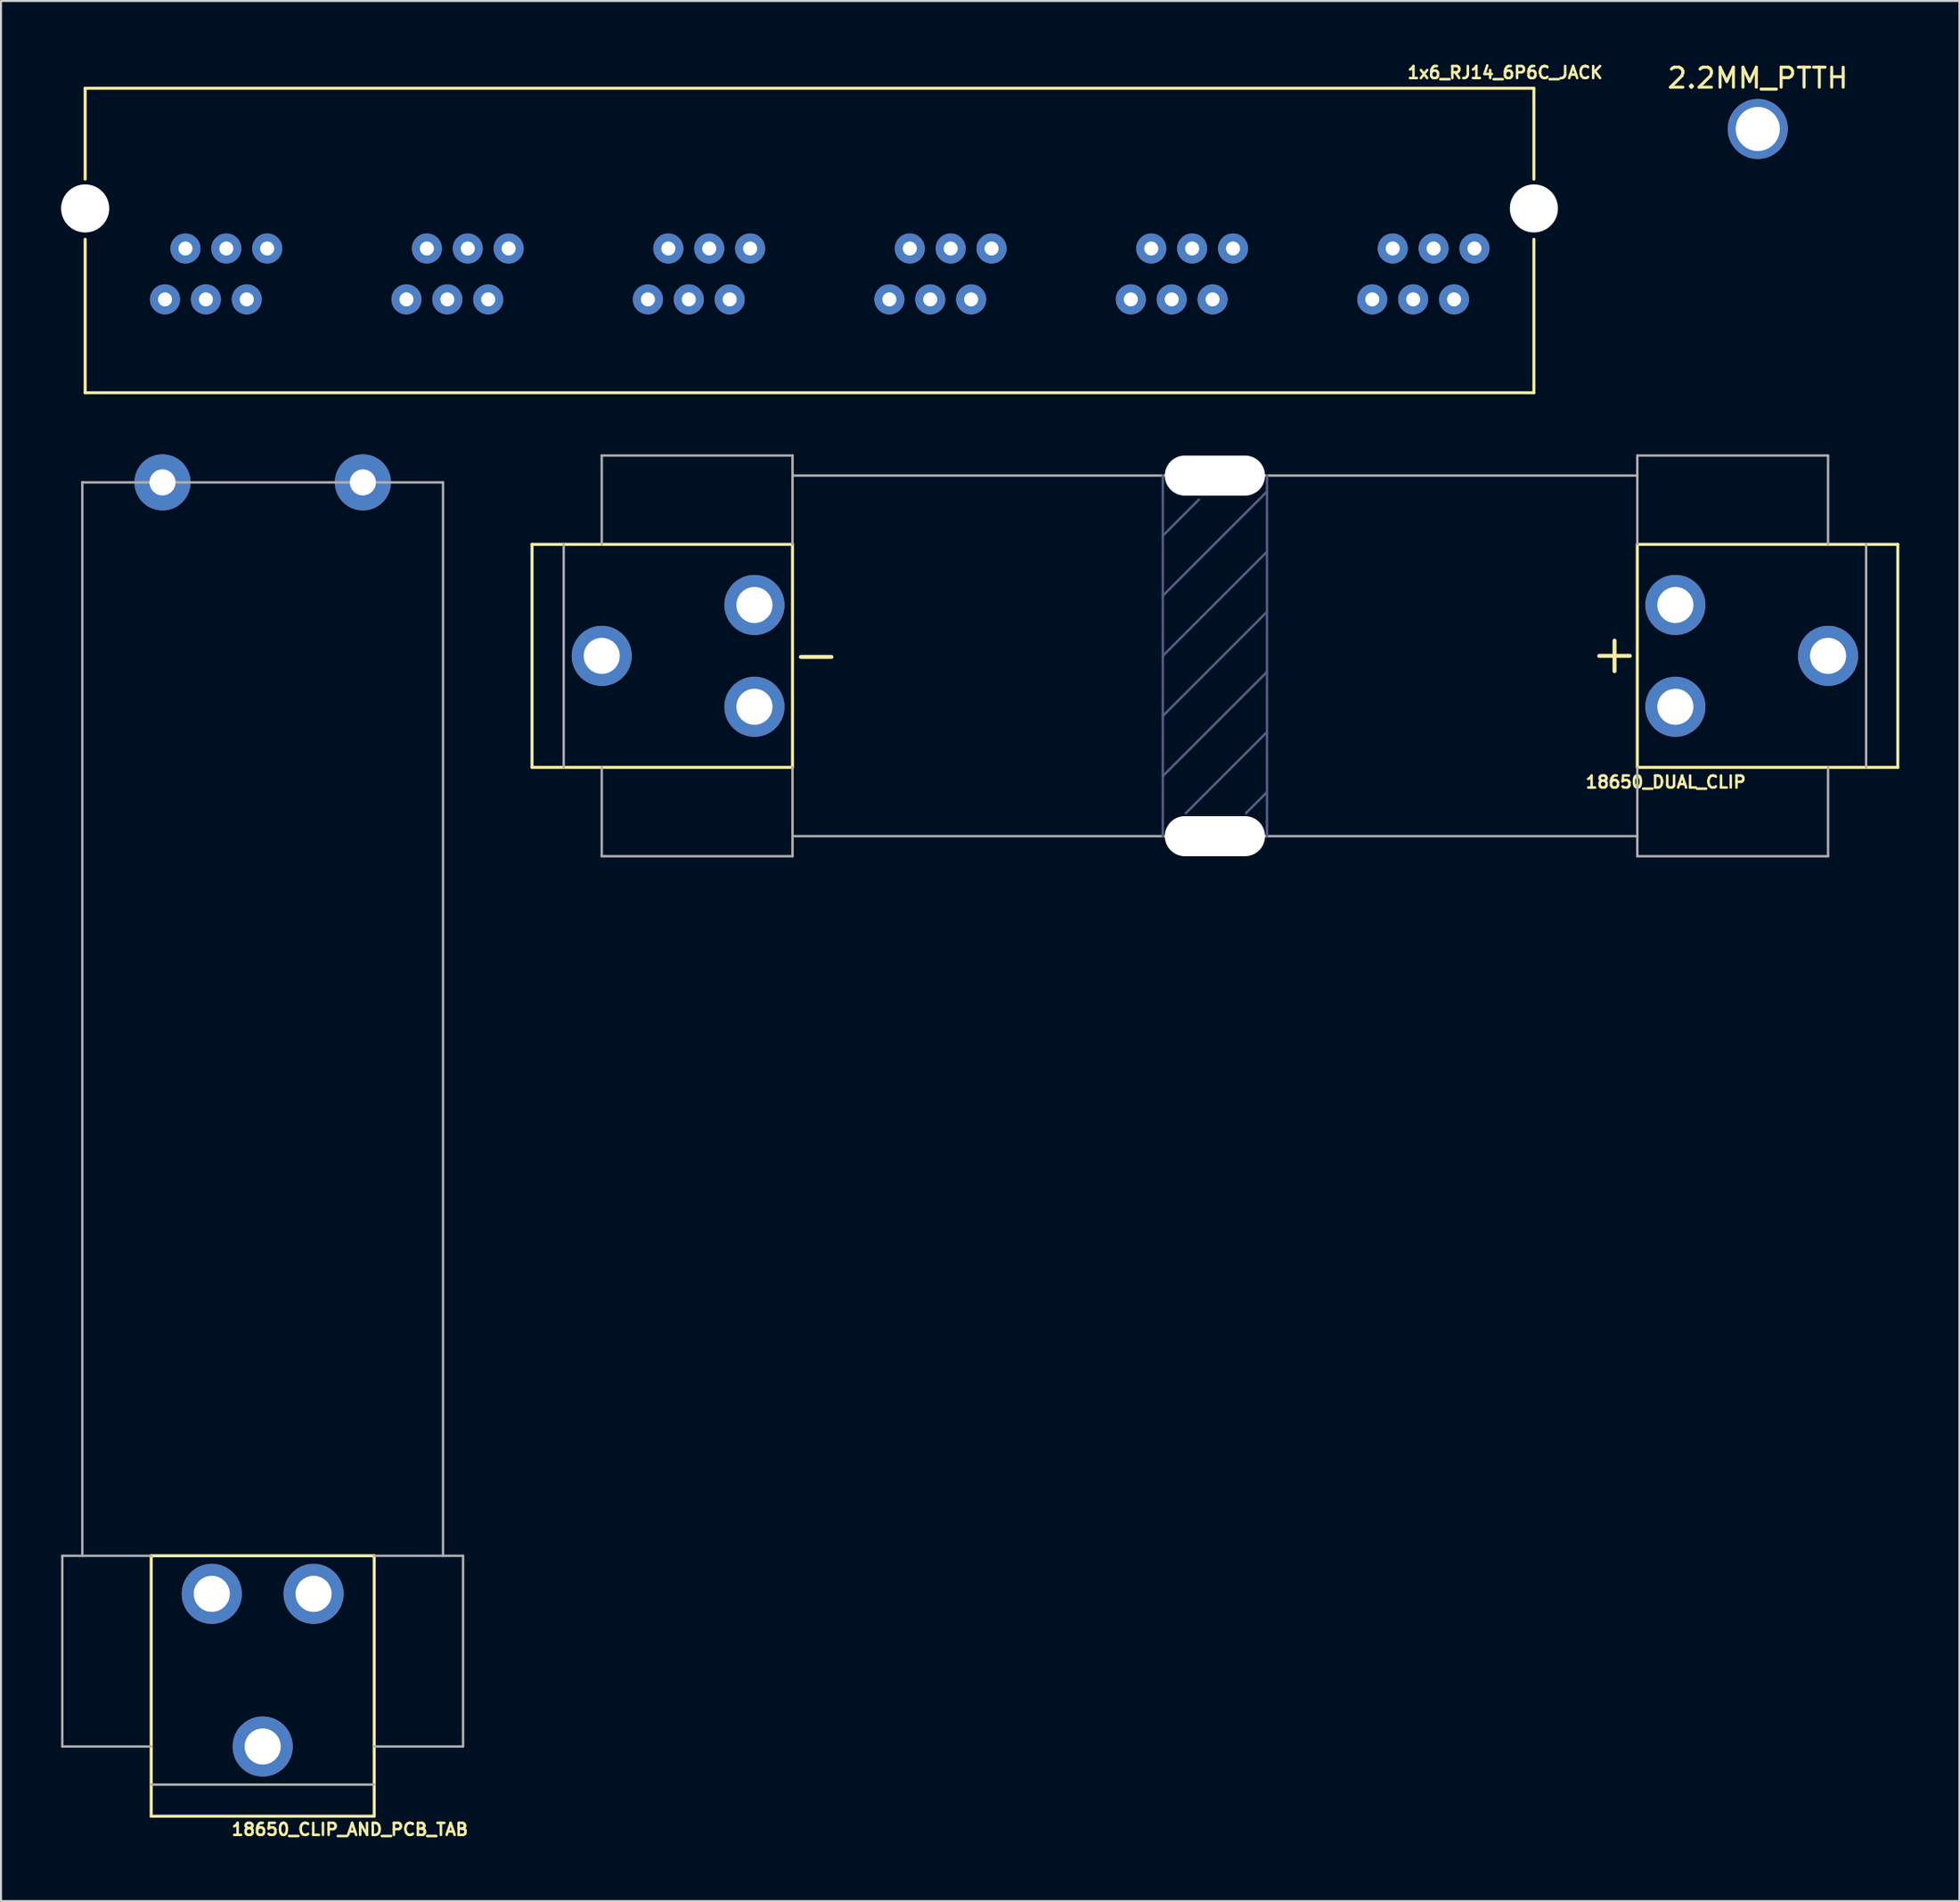
<source format=kicad_pcb>
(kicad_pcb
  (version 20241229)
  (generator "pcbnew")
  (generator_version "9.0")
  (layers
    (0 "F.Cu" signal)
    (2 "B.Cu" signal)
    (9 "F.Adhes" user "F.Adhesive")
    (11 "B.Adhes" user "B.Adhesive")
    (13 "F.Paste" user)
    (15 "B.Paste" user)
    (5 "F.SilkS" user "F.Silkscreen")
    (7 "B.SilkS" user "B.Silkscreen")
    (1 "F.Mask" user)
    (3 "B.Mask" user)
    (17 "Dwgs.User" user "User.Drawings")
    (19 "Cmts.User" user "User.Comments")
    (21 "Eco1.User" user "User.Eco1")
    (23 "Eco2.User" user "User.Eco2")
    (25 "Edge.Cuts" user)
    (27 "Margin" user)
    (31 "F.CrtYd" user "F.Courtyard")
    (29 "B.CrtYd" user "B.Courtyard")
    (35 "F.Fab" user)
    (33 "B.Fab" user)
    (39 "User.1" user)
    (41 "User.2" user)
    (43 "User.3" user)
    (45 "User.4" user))
  (footprint "18650_CLIP_AND_PCB_TAB"
    (layer "F.Cu")
    (at 10.06 80.319)
    (property "Reference" "18650_CLIP_AND_PCB_TAB" (at 4.35 7.95 0) (layer "F.SilkS") (effects (font (size 0.6 0.6) (thickness 0.127))))
    (attr through_hole)
    (fp_line (start -5.565 -5.71) (end 5.565 -5.71) (stroke (width 0.15) (type solid)) (layer "F.SilkS"))
    (fp_line (start -5.565 7.29) (end -5.565 -5.71) (stroke (width 0.15) (type solid)) (layer "F.SilkS"))
    (fp_line (start -5.565 7.29) (end 5.565 7.29) (stroke (width 0.15) (type solid)) (layer "F.SilkS"))
    (fp_line (start 5.565 -5.71) (end 5.565 7.29) (stroke (width 0.15) (type solid)) (layer "F.SilkS"))
    (fp_line (start -10 -5.71) (end -10 3.81) (stroke (width 0.12) (type solid)) (layer "F.Fab"))
    (fp_line (start -10 3.81) (end -5.565 3.81) (stroke (width 0.12) (type solid)) (layer "F.Fab"))
    (fp_line (start -9 -59.29) (end -9 -5.71) (stroke (width 0.12) (type solid)) (layer "F.Fab"))
    (fp_line (start -9 -59.29) (end 9 -59.29) (stroke (width 0.12) (type solid)) (layer "F.Fab"))
    (fp_line (start -5.565 -5.71) (end -10 -5.71) (stroke (width 0.12) (type solid)) (layer "F.Fab"))
    (fp_line (start -5.565 5.71) (end 5.565 5.71) (stroke (width 0.12) (type solid)) (layer "F.Fab"))
    (fp_line (start 5.565 3.81) (end 10 3.81) (stroke (width 0.12) (type solid)) (layer "F.Fab"))
    (fp_line (start 9 -59.29) (end 9 -5.71) (stroke (width 0.12) (type solid)) (layer "F.Fab"))
    (fp_line (start 10 -5.71) (end 5.565 -5.71) (stroke (width 0.12) (type solid)) (layer "F.Fab"))
    (fp_line (start 10 3.81) (end 10 -5.71) (stroke (width 0.12) (type solid)) (layer "F.Fab"))
    (pad "1" thru_hole circle (at -2.54 -3.81) (size 3 3) (drill 1.8) (layers "*.Cu" "*.Mask"))
    (pad "1" thru_hole circle (at 0 3.81) (size 3 3) (drill 1.8) (layers "*.Cu" "*.Mask"))
    (pad "1" thru_hole circle (at 2.54 -3.81) (size 3 3) (drill 1.8) (layers "*.Cu" "*.Mask"))
    (pad "2" thru_hole circle (at -5 -59.29) (size 2.8 2.8) (drill 1.3) (layers "*.Cu" "*.Mask"))
    (pad "2" thru_hole circle (at 5 -59.29) (size 2.8 2.8) (drill 1.3) (layers "*.Cu" "*.Mask")))
  (footprint "1x6_RJ14_6P6C_JACK"
    (layer "F.Cu")
    (at 37.35 11.894)
    (property "Reference" "1x6_RJ14_6P6C_JACK" (at 34.71 -11.32 0) (layer "F.SilkS") (effects (font (size 0.6 0.6) (thickness 0.127))))
    (attr through_hole)
    (fp_line (start -36.15 -10.54) (end -36.15 -6) (stroke (width 0.15) (type solid)) (layer "F.SilkS"))
    (fp_line (start -36.15 -10.54) (end 36.15 -10.54) (stroke (width 0.15) (type solid)) (layer "F.SilkS"))
    (fp_line (start -36.15 4.66) (end -36.15 -3) (stroke (width 0.15) (type solid)) (layer "F.SilkS"))
    (fp_line (start -36.15 4.66) (end 36.15 4.66) (stroke (width 0.15) (type solid)) (layer "F.SilkS"))
    (fp_line (start 36.15 -10.54) (end 36.15 -6) (stroke (width 0.15) (type solid)) (layer "F.SilkS"))
    (fp_line (start 36.15 4.66) (end 36.15 -3) (stroke (width 0.15) (type solid)) (layer "F.SilkS"))
    (pad "" np_thru_hole circle (at -36.15 -4.54) (size 2.4 2.4) (drill 2.4) (layers "*.Cu" "*.Mask"))
    (pad "" np_thru_hole circle (at 36.15 -4.54) (size 2.4 2.4) (drill 2.4) (layers "*.Cu" "*.Mask"))
    (pad "1" thru_hole circle (at -32.165 0) (size 1.5 1.5) (drill 0.7) (layers "*.Cu" "*.Mask"))
    (pad "2" thru_hole circle (at -31.145 -2.54) (size 1.5 1.5) (drill 0.7) (layers "*.Cu" "*.Mask"))
    (pad "3" thru_hole circle (at -30.125 0) (size 1.5 1.5) (drill 0.7) (layers "*.Cu" "*.Mask"))
    (pad "4" thru_hole circle (at -29.105 -2.54) (size 1.5 1.5) (drill 0.7) (layers "*.Cu" "*.Mask"))
    (pad "5" thru_hole circle (at -28.085 0) (size 1.5 1.5) (drill 0.7) (layers "*.Cu" "*.Mask"))
    (pad "6" thru_hole circle (at -27.065 -2.54) (size 1.5 1.5) (drill 0.7) (layers "*.Cu" "*.Mask"))
    (pad "7" thru_hole circle (at -20.115 0) (size 1.5 1.5) (drill 0.7) (layers "*.Cu" "*.Mask"))
    (pad "8" thru_hole circle (at -19.095 -2.54) (size 1.5 1.5) (drill 0.7) (layers "*.Cu" "*.Mask"))
    (pad "9" thru_hole circle (at -18.075 0) (size 1.5 1.5) (drill 0.7) (layers "*.Cu" "*.Mask"))
    (pad "10" thru_hole circle (at -17.055 -2.54) (size 1.5 1.5) (drill 0.7) (layers "*.Cu" "*.Mask"))
    (pad "11" thru_hole circle (at -16.035 0) (size 1.5 1.5) (drill 0.7) (layers "*.Cu" "*.Mask"))
    (pad "12" thru_hole circle (at -15.015 -2.54) (size 1.5 1.5) (drill 0.7) (layers "*.Cu" "*.Mask"))
    (pad "13" thru_hole circle (at -8.065 0) (size 1.5 1.5) (drill 0.7) (layers "*.Cu" "*.Mask"))
    (pad "14" thru_hole circle (at -7.045 -2.54) (size 1.5 1.5) (drill 0.7) (layers "*.Cu" "*.Mask"))
    (pad "15" thru_hole circle (at -6.025 0) (size 1.5 1.5) (drill 0.7) (layers "*.Cu" "*.Mask"))
    (pad "16" thru_hole circle (at -5.005 -2.54) (size 1.5 1.5) (drill 0.7) (layers "*.Cu" "*.Mask"))
    (pad "17" thru_hole circle (at -3.985 0) (size 1.5 1.5) (drill 0.7) (layers "*.Cu" "*.Mask"))
    (pad "18" thru_hole circle (at -2.965 -2.54) (size 1.5 1.5) (drill 0.7) (layers "*.Cu" "*.Mask"))
    (pad "19" thru_hole circle (at 3.985 0) (size 1.5 1.5) (drill 0.7) (layers "*.Cu" "*.Mask"))
    (pad "20" thru_hole circle (at 5.005 -2.54) (size 1.5 1.5) (drill 0.7) (layers "*.Cu" "*.Mask"))
    (pad "21" thru_hole circle (at 6.025 0) (size 1.5 1.5) (drill 0.7) (layers "*.Cu" "*.Mask"))
    (pad "22" thru_hole circle (at 7.045 -2.54) (size 1.5 1.5) (drill 0.7) (layers "*.Cu" "*.Mask"))
    (pad "23" thru_hole circle (at 8.065 0) (size 1.5 1.5) (drill 0.7) (layers "*.Cu" "*.Mask"))
    (pad "24" thru_hole circle (at 9.085 -2.54) (size 1.5 1.5) (drill 0.7) (layers "*.Cu" "*.Mask"))
    (pad "25" thru_hole circle (at 16.035 0) (size 1.5 1.5) (drill 0.7) (layers "*.Cu" "*.Mask"))
    (pad "26" thru_hole circle (at 17.055 -2.54) (size 1.5 1.5) (drill 0.7) (layers "*.Cu" "*.Mask"))
    (pad "27" thru_hole circle (at 18.075 0) (size 1.5 1.5) (drill 0.7) (layers "*.Cu" "*.Mask"))
    (pad "28" thru_hole circle (at 19.095 -2.54) (size 1.5 1.5) (drill 0.7) (layers "*.Cu" "*.Mask"))
    (pad "29" thru_hole circle (at 20.115 0) (size 1.5 1.5) (drill 0.7) (layers "*.Cu" "*.Mask"))
    (pad "30" thru_hole circle (at 21.135 -2.54) (size 1.5 1.5) (drill 0.7) (layers "*.Cu" "*.Mask"))
    (pad "31" thru_hole circle (at 28.085 0) (size 1.5 1.5) (drill 0.7) (layers "*.Cu" "*.Mask"))
    (pad "32" thru_hole circle (at 29.105 -2.54) (size 1.5 1.5) (drill 0.7) (layers "*.Cu" "*.Mask"))
    (pad "33" thru_hole circle (at 30.125 0) (size 1.5 1.5) (drill 0.7) (layers "*.Cu" "*.Mask"))
    (pad "34" thru_hole circle (at 31.145 -2.54) (size 1.5 1.5) (drill 0.7) (layers "*.Cu" "*.Mask"))
    (pad "35" thru_hole circle (at 32.165 0) (size 1.5 1.5) (drill 0.7) (layers "*.Cu" "*.Mask"))
    (pad "36" thru_hole circle (at 33.185 -2.54) (size 1.5 1.5) (drill 0.7) (layers "*.Cu" "*.Mask")))
  (footprint "18650_DUAL_CLIP"
    (layer "F.Cu")
    (at 57.581 29.689)
    (property "Reference" "18650_DUAL_CLIP" (at 22.5 6.3 180) (layer "F.SilkS") (effects (font (size 0.6 0.6) (thickness 0.127))))
    (attr through_hole)
    (fp_line (start -34.08 -5.565) (end -34.08 5.565) (stroke (width 0.15) (type solid)) (layer "F.SilkS"))
    (fp_line (start -34.08 -5.565) (end -21.08 -5.565) (stroke (width 0.15) (type solid)) (layer "F.SilkS"))
    (fp_line (start -21.08 -5.565) (end -21.08 5.565) (stroke (width 0.15) (type solid)) (layer "F.SilkS"))
    (fp_line (start -21.08 5.565) (end -34.08 5.565) (stroke (width 0.15) (type solid)) (layer "F.SilkS"))
    (fp_line (start 21.08 -5.565) (end 34.08 -5.565) (stroke (width 0.15) (type solid)) (layer "F.SilkS"))
    (fp_line (start 21.08 5.565) (end 21.08 -5.565) (stroke (width 0.15) (type solid)) (layer "F.SilkS"))
    (fp_line (start 34.08 5.565) (end 21.08 5.565) (stroke (width 0.15) (type solid)) (layer "F.SilkS"))
    (fp_line (start 34.08 5.565) (end 34.08 -5.565) (stroke (width 0.15) (type solid)) (layer "F.SilkS"))
    (fp_line (start -2.6 -9) (end -2.6 9) (stroke (width 0.12) (type solid)) (layer "B.Fab"))
    (fp_line (start -2.6 -6) (end -0.8 -7.8) (stroke (width 0.12) (type solid)) (layer "B.Fab"))
    (fp_line (start -2.6 -3) (end 2.6 -8.2) (stroke (width 0.12) (type solid)) (layer "B.Fab"))
    (fp_line (start -2.6 0) (end 2.6 -5.2) (stroke (width 0.12) (type solid)) (layer "B.Fab"))
    (fp_line (start -2.6 3) (end 2.6 -2.2) (stroke (width 0.12) (type solid)) (layer "B.Fab"))
    (fp_line (start -2.6 6) (end 2.6 0.8) (stroke (width 0.12) (type solid)) (layer "B.Fab"))
    (fp_line (start -1.45 7.85) (end 2.6 3.8) (stroke (width 0.12) (type solid)) (layer "B.Fab"))
    (fp_line (start 1.55 7.85) (end 2.6 6.8) (stroke (width 0.12) (type solid)) (layer "B.Fab"))
    (fp_line (start 2.6 -9) (end 2.6 9) (stroke (width 0.12) (type solid)) (layer "B.Fab"))
    (fp_line (start -32.5 -5.565) (end -32.5 5.565) (stroke (width 0.12) (type solid)) (layer "F.Fab"))
    (fp_line (start -30.6 -10) (end -30.6 -5.565) (stroke (width 0.12) (type solid)) (layer "F.Fab"))
    (fp_line (start -30.6 5.565) (end -30.6 10) (stroke (width 0.12) (type solid)) (layer "F.Fab"))
    (fp_line (start -30.6 10) (end -21.08 10) (stroke (width 0.12) (type solid)) (layer "F.Fab"))
    (fp_line (start -21.08 -10) (end -30.6 -10) (stroke (width 0.12) (type solid)) (layer "F.Fab"))
    (fp_line (start -21.08 -9) (end 21.08 -9) (stroke (width 0.12) (type solid)) (layer "F.Fab"))
    (fp_line (start -21.08 -5.565) (end -21.08 -10) (stroke (width 0.12) (type solid)) (layer "F.Fab"))
    (fp_line (start -21.08 9) (end 21.08 9) (stroke (width 0.12) (type solid)) (layer "F.Fab"))
    (fp_line (start -21.08 10) (end -21.08 5.565) (stroke (width 0.12) (type solid)) (layer "F.Fab"))
    (fp_line (start 21.08 -10) (end 21.08 -5.565) (stroke (width 0.12) (type solid)) (layer "F.Fab"))
    (fp_line (start 21.08 5.565) (end 21.08 10) (stroke (width 0.12) (type solid)) (layer "F.Fab"))
    (fp_line (start 21.08 10) (end 30.6 10) (stroke (width 0.12) (type solid)) (layer "F.Fab"))
    (fp_line (start 30.6 -10) (end 21.08 -10) (stroke (width 0.12) (type solid)) (layer "F.Fab"))
    (fp_line (start 30.6 -5.565) (end 30.6 -10) (stroke (width 0.12) (type solid)) (layer "F.Fab"))
    (fp_line (start 30.6 10) (end 30.6 5.565) (stroke (width 0.12) (type solid)) (layer "F.Fab"))
    (fp_line (start 32.5 5.565) (end 32.5 -5.565) (stroke (width 0.12) (type solid)) (layer "F.Fab"))
    (fp_text user "+" (at 19.79 0 90) (layer "F.SilkS") (effects (font (size 2 2) (thickness 0.2))))
    (fp_text user "-" (at -19.9 -0.1 180) (layer "F.SilkS") (effects (font (size 2 2) (thickness 0.2))))
    (pad "" np_thru_hole oval (at 0 -9 180) (size 5 2) (drill oval 5 2) (layers "*.Cu" "*.Mask"))
    (pad "" np_thru_hole oval (at 0 9) (size 5 2) (drill oval 5 2) (layers "*.Cu" "*.Mask"))
    (pad "1" thru_hole circle (at 22.98 -2.54 90) (size 3 3) (drill 1.8) (layers "*.Cu" "*.Mask"))
    (pad "1" thru_hole circle (at 22.98 2.54 90) (size 3 3) (drill 1.8) (layers "*.Cu" "*.Mask"))
    (pad "1" thru_hole circle (at 30.6 0 90) (size 3 3) (drill 1.8) (layers "*.Cu" "*.Mask"))
    (pad "2" thru_hole circle (at -30.6 0 270) (size 3 3) (drill 1.8) (layers "*.Cu" "*.Mask"))
    (pad "2" thru_hole circle (at -22.98 -2.54 270) (size 3 3) (drill 1.8) (layers "*.Cu" "*.Mask"))
    (pad "2" thru_hole circle (at -22.98 2.54 270) (size 3 3) (drill 1.8) (layers "*.Cu" "*.Mask")))
  (footprint "2.2MM_PTTH"
    (layer "F.Cu")
    (at 84.673 3.388)
    (property "Reference" "2.2MM_PTTH" (at 0 -2.54 0) (layer "F.SilkS") (effects (font (size 1 1) (thickness 0.15))))
    (attr through_hole)
    (pad "1" thru_hole circle (at 0 0) (size 3 3) (drill 2.2) (layers "*.Cu" "*.Mask")))
  (gr_rect
    (start -3 -3)
    (end 94.736 91.843)
    (stroke (width 0.1) (type default))
    (fill no)
    (layer "Edge.Cuts")))
</source>
